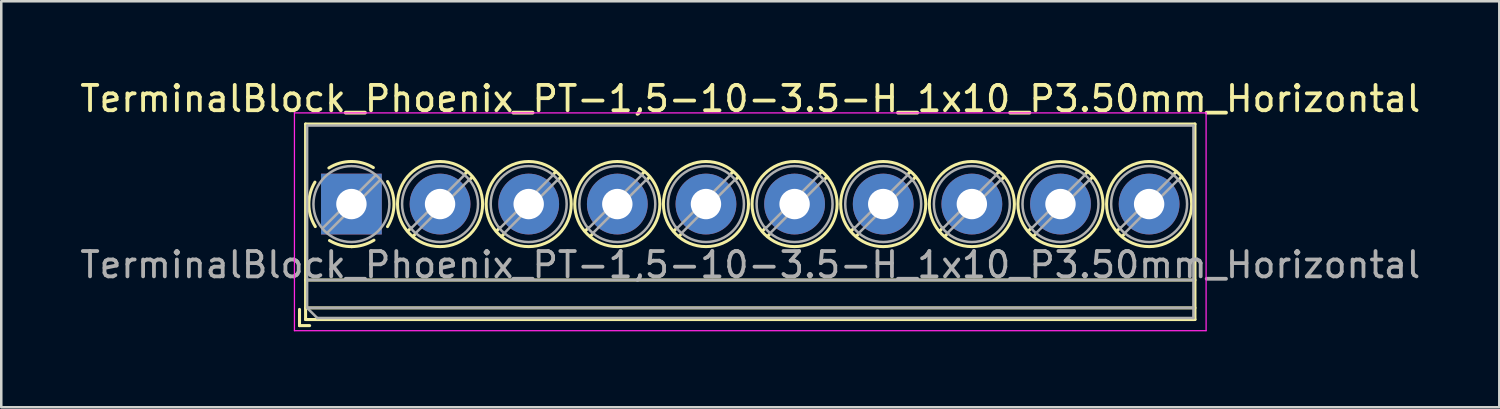
<source format=kicad_pcb>
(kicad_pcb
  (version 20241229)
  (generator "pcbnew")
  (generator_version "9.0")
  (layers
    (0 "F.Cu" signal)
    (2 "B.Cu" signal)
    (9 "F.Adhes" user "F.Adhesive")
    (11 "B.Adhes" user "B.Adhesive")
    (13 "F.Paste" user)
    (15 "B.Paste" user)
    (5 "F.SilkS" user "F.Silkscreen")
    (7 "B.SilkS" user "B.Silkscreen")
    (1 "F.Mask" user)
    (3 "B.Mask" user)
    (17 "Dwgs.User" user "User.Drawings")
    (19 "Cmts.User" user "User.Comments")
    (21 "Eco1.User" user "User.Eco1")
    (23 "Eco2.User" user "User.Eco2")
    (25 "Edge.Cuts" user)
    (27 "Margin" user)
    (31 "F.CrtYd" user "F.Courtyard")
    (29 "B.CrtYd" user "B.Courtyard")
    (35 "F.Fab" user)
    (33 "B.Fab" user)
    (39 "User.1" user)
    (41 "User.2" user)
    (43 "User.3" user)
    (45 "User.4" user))
  (footprint "TerminalBlock_Phoenix_PT-1,5-10-3.5-H_1x10_P3.50mm_Horizontal"
    (layer "F.Cu")
    (at 10.827 5.008)
    (property "Reference" "TerminalBlock_Phoenix_PT-1,5-10-3.5-H_1x10_P3.50mm_Horizontal" (at 15.75 -4.16 0) (layer "F.SilkS") (effects (font (size 1 1) (thickness 0.15))))
    (attr through_hole)
    (fp_line (start -2.05 4.16) (end -2.05 4.8) (stroke (width 0.12) (type solid)) (layer "F.SilkS"))
    (fp_line (start -2.05 4.8) (end -1.65 4.8) (stroke (width 0.12) (type solid)) (layer "F.SilkS"))
    (fp_line (start -1.81 -3.16) (end -1.81 4.56) (stroke (width 0.12) (type solid)) (layer "F.SilkS"))
    (fp_line (start -1.81 -3.16) (end 33.31 -3.16) (stroke (width 0.12) (type solid)) (layer "F.SilkS"))
    (fp_line (start -1.81 3) (end 33.31 3) (stroke (width 0.12) (type solid)) (layer "F.SilkS"))
    (fp_line (start -1.81 4.1) (end 33.31 4.1) (stroke (width 0.12) (type solid)) (layer "F.SilkS"))
    (fp_line (start -1.81 4.56) (end 33.31 4.56) (stroke (width 0.12) (type solid)) (layer "F.SilkS"))
    (fp_line (start 2.355 0.941) (end 2.226 1.069) (stroke (width 0.12) (type solid)) (layer "F.SilkS"))
    (fp_line (start 2.525 1.181) (end 2.431 1.274) (stroke (width 0.12) (type solid)) (layer "F.SilkS"))
    (fp_line (start 4.57 -1.275) (end 4.476 -1.181) (stroke (width 0.12) (type solid)) (layer "F.SilkS"))
    (fp_line (start 4.775 -1.069) (end 4.646 -0.941) (stroke (width 0.12) (type solid)) (layer "F.SilkS"))
    (fp_line (start 5.855 0.941) (end 5.726 1.069) (stroke (width 0.12) (type solid)) (layer "F.SilkS"))
    (fp_line (start 6.025 1.181) (end 5.931 1.274) (stroke (width 0.12) (type solid)) (layer "F.SilkS"))
    (fp_line (start 8.07 -1.275) (end 7.976 -1.181) (stroke (width 0.12) (type solid)) (layer "F.SilkS"))
    (fp_line (start 8.275 -1.069) (end 8.146 -0.941) (stroke (width 0.12) (type solid)) (layer "F.SilkS"))
    (fp_line (start 9.355 0.941) (end 9.226 1.069) (stroke (width 0.12) (type solid)) (layer "F.SilkS"))
    (fp_line (start 9.525 1.181) (end 9.431 1.274) (stroke (width 0.12) (type solid)) (layer "F.SilkS"))
    (fp_line (start 11.57 -1.275) (end 11.476 -1.181) (stroke (width 0.12) (type solid)) (layer "F.SilkS"))
    (fp_line (start 11.775 -1.069) (end 11.646 -0.941) (stroke (width 0.12) (type solid)) (layer "F.SilkS"))
    (fp_line (start 12.855 0.941) (end 12.726 1.069) (stroke (width 0.12) (type solid)) (layer "F.SilkS"))
    (fp_line (start 13.025 1.181) (end 12.931 1.274) (stroke (width 0.12) (type solid)) (layer "F.SilkS"))
    (fp_line (start 15.07 -1.275) (end 14.976 -1.181) (stroke (width 0.12) (type solid)) (layer "F.SilkS"))
    (fp_line (start 15.275 -1.069) (end 15.146 -0.941) (stroke (width 0.12) (type solid)) (layer "F.SilkS"))
    (fp_line (start 16.355 0.941) (end 16.226 1.069) (stroke (width 0.12) (type solid)) (layer "F.SilkS"))
    (fp_line (start 16.525 1.181) (end 16.431 1.274) (stroke (width 0.12) (type solid)) (layer "F.SilkS"))
    (fp_line (start 18.57 -1.275) (end 18.476 -1.181) (stroke (width 0.12) (type solid)) (layer "F.SilkS"))
    (fp_line (start 18.775 -1.069) (end 18.646 -0.941) (stroke (width 0.12) (type solid)) (layer "F.SilkS"))
    (fp_line (start 19.855 0.941) (end 19.726 1.069) (stroke (width 0.12) (type solid)) (layer "F.SilkS"))
    (fp_line (start 20.025 1.181) (end 19.931 1.274) (stroke (width 0.12) (type solid)) (layer "F.SilkS"))
    (fp_line (start 22.07 -1.275) (end 21.976 -1.181) (stroke (width 0.12) (type solid)) (layer "F.SilkS"))
    (fp_line (start 22.275 -1.069) (end 22.146 -0.941) (stroke (width 0.12) (type solid)) (layer "F.SilkS"))
    (fp_line (start 23.355 0.941) (end 23.226 1.069) (stroke (width 0.12) (type solid)) (layer "F.SilkS"))
    (fp_line (start 23.525 1.181) (end 23.431 1.274) (stroke (width 0.12) (type solid)) (layer "F.SilkS"))
    (fp_line (start 25.57 -1.275) (end 25.476 -1.181) (stroke (width 0.12) (type solid)) (layer "F.SilkS"))
    (fp_line (start 25.775 -1.069) (end 25.646 -0.941) (stroke (width 0.12) (type solid)) (layer "F.SilkS"))
    (fp_line (start 26.855 0.941) (end 26.726 1.069) (stroke (width 0.12) (type solid)) (layer "F.SilkS"))
    (fp_line (start 27.025 1.181) (end 26.931 1.274) (stroke (width 0.12) (type solid)) (layer "F.SilkS"))
    (fp_line (start 29.07 -1.275) (end 28.976 -1.181) (stroke (width 0.12) (type solid)) (layer "F.SilkS"))
    (fp_line (start 29.275 -1.069) (end 29.146 -0.941) (stroke (width 0.12) (type solid)) (layer "F.SilkS"))
    (fp_line (start 30.355 0.941) (end 30.226 1.069) (stroke (width 0.12) (type solid)) (layer "F.SilkS"))
    (fp_line (start 30.525 1.181) (end 30.431 1.274) (stroke (width 0.12) (type solid)) (layer "F.SilkS"))
    (fp_line (start 32.57 -1.275) (end 32.476 -1.181) (stroke (width 0.12) (type solid)) (layer "F.SilkS"))
    (fp_line (start 32.775 -1.069) (end 32.646 -0.941) (stroke (width 0.12) (type solid)) (layer "F.SilkS"))
    (fp_line (start 33.31 -3.16) (end 33.31 4.56) (stroke (width 0.12) (type solid)) (layer "F.SilkS"))
    (fp_arc (start -1.425358 0.889894) (mid -1.680286 0.014012) (end -1.44 -0.866) (stroke (width 0.12) (type solid)) (layer "F.SilkS"))
    (fp_arc (start -0.889894 -1.425358) (mid -0.014012 -1.680286) (end 0.866 -1.44) (stroke (width 0.12) (type solid)) (layer "F.SilkS"))
    (fp_arc (start 0.028674 1.680099) (mid -0.435535 1.622918) (end -0.866 1.44) (stroke (width 0.12) (type solid)) (layer "F.SilkS"))
    (fp_arc (start 0.890264 1.424721) (mid 0.463071 1.61492) (end 0 1.68) (stroke (width 0.12) (type solid)) (layer "F.SilkS"))
    (fp_arc (start 1.425504 -0.890193) (mid 1.680626 0.000476) (end 1.425 0.891) (stroke (width 0.12) (type solid)) (layer "F.SilkS"))
    (fp_circle (center 3.5 0) (end 5.18 0) (stroke (width 0.12) (type solid)) (fill no) (layer "F.SilkS"))
    (fp_circle (center 7 0) (end 8.68 0) (stroke (width 0.12) (type solid)) (fill no) (layer "F.SilkS"))
    (fp_circle (center 10.5 0) (end 12.18 0) (stroke (width 0.12) (type solid)) (fill no) (layer "F.SilkS"))
    (fp_circle (center 14 0) (end 15.68 0) (stroke (width 0.12) (type solid)) (fill no) (layer "F.SilkS"))
    (fp_circle (center 17.5 0) (end 19.18 0) (stroke (width 0.12) (type solid)) (fill no) (layer "F.SilkS"))
    (fp_circle (center 21 0) (end 22.68 0) (stroke (width 0.12) (type solid)) (fill no) (layer "F.SilkS"))
    (fp_circle (center 24.5 0) (end 26.18 0) (stroke (width 0.12) (type solid)) (fill no) (layer "F.SilkS"))
    (fp_circle (center 28 0) (end 29.68 0) (stroke (width 0.12) (type solid)) (fill no) (layer "F.SilkS"))
    (fp_circle (center 31.5 0) (end 33.18 0) (stroke (width 0.12) (type solid)) (fill no) (layer "F.SilkS"))
    (fp_line (start -2.25 -3.6) (end -2.25 5) (stroke (width 0.05) (type solid)) (layer "F.CrtYd"))
    (fp_line (start -2.25 5) (end 33.75 5) (stroke (width 0.05) (type solid)) (layer "F.CrtYd"))
    (fp_line (start 33.75 -3.6) (end -2.25 -3.6) (stroke (width 0.05) (type solid)) (layer "F.CrtYd"))
    (fp_line (start 33.75 5) (end 33.75 -3.6) (stroke (width 0.05) (type solid)) (layer "F.CrtYd"))
    (fp_line (start -1.75 -3.1) (end 33.25 -3.1) (stroke (width 0.1) (type solid)) (layer "F.Fab"))
    (fp_line (start -1.75 3) (end 33.25 3) (stroke (width 0.1) (type solid)) (layer "F.Fab"))
    (fp_line (start -1.75 4.1) (end -1.75 -3.1) (stroke (width 0.1) (type solid)) (layer "F.Fab"))
    (fp_line (start -1.75 4.1) (end 33.25 4.1) (stroke (width 0.1) (type solid)) (layer "F.Fab"))
    (fp_line (start -1.35 4.5) (end -1.75 4.1) (stroke (width 0.1) (type solid)) (layer "F.Fab"))
    (fp_line (start 0.955 -1.138) (end -1.138 0.955) (stroke (width 0.1) (type solid)) (layer "F.Fab"))
    (fp_line (start 1.138 -0.955) (end -0.955 1.138) (stroke (width 0.1) (type solid)) (layer "F.Fab"))
    (fp_line (start 4.455 -1.138) (end 2.363 0.955) (stroke (width 0.1) (type solid)) (layer "F.Fab"))
    (fp_line (start 4.638 -0.955) (end 2.546 1.138) (stroke (width 0.1) (type solid)) (layer "F.Fab"))
    (fp_line (start 7.955 -1.138) (end 5.863 0.955) (stroke (width 0.1) (type solid)) (layer "F.Fab"))
    (fp_line (start 8.138 -0.955) (end 6.046 1.138) (stroke (width 0.1) (type solid)) (layer "F.Fab"))
    (fp_line (start 11.455 -1.138) (end 9.363 0.955) (stroke (width 0.1) (type solid)) (layer "F.Fab"))
    (fp_line (start 11.638 -0.955) (end 9.546 1.138) (stroke (width 0.1) (type solid)) (layer "F.Fab"))
    (fp_line (start 14.955 -1.138) (end 12.863 0.955) (stroke (width 0.1) (type solid)) (layer "F.Fab"))
    (fp_line (start 15.138 -0.955) (end 13.046 1.138) (stroke (width 0.1) (type solid)) (layer "F.Fab"))
    (fp_line (start 18.455 -1.138) (end 16.363 0.955) (stroke (width 0.1) (type solid)) (layer "F.Fab"))
    (fp_line (start 18.638 -0.955) (end 16.546 1.138) (stroke (width 0.1) (type solid)) (layer "F.Fab"))
    (fp_line (start 21.955 -1.138) (end 19.863 0.955) (stroke (width 0.1) (type solid)) (layer "F.Fab"))
    (fp_line (start 22.138 -0.955) (end 20.046 1.138) (stroke (width 0.1) (type solid)) (layer "F.Fab"))
    (fp_line (start 25.455 -1.138) (end 23.363 0.955) (stroke (width 0.1) (type solid)) (layer "F.Fab"))
    (fp_line (start 25.638 -0.955) (end 23.546 1.138) (stroke (width 0.1) (type solid)) (layer "F.Fab"))
    (fp_line (start 28.955 -1.138) (end 26.863 0.955) (stroke (width 0.1) (type solid)) (layer "F.Fab"))
    (fp_line (start 29.138 -0.955) (end 27.046 1.138) (stroke (width 0.1) (type solid)) (layer "F.Fab"))
    (fp_line (start 32.455 -1.138) (end 30.363 0.955) (stroke (width 0.1) (type solid)) (layer "F.Fab"))
    (fp_line (start 32.638 -0.955) (end 30.546 1.138) (stroke (width 0.1) (type solid)) (layer "F.Fab"))
    (fp_line (start 33.25 -3.1) (end 33.25 4.5) (stroke (width 0.1) (type solid)) (layer "F.Fab"))
    (fp_line (start 33.25 4.5) (end -1.35 4.5) (stroke (width 0.1) (type solid)) (layer "F.Fab"))
    (fp_circle (center 0 0) (end 1.5 0) (stroke (width 0.1) (type solid)) (fill no) (layer "F.Fab"))
    (fp_circle (center 3.5 0) (end 5 0) (stroke (width 0.1) (type solid)) (fill no) (layer "F.Fab"))
    (fp_circle (center 7 0) (end 8.5 0) (stroke (width 0.1) (type solid)) (fill no) (layer "F.Fab"))
    (fp_circle (center 10.5 0) (end 12 0) (stroke (width 0.1) (type solid)) (fill no) (layer "F.Fab"))
    (fp_circle (center 14 0) (end 15.5 0) (stroke (width 0.1) (type solid)) (fill no) (layer "F.Fab"))
    (fp_circle (center 17.5 0) (end 19 0) (stroke (width 0.1) (type solid)) (fill no) (layer "F.Fab"))
    (fp_circle (center 21 0) (end 22.5 0) (stroke (width 0.1) (type solid)) (fill no) (layer "F.Fab"))
    (fp_circle (center 24.5 0) (end 26 0) (stroke (width 0.1) (type solid)) (fill no) (layer "F.Fab"))
    (fp_circle (center 28 0) (end 29.5 0) (stroke (width 0.1) (type solid)) (fill no) (layer "F.Fab"))
    (fp_circle (center 31.5 0) (end 33 0) (stroke (width 0.1) (type solid)) (fill no) (layer "F.Fab"))
    (fp_text user "${REFERENCE}" (at 15.75 2.4 0) (layer "F.Fab") (effects (font (size 1 1) (thickness 0.15))))
    (pad "1" thru_hole rect (at 0 0) (size 2.4 2.4) (drill 1.2) (layers "*.Cu" "*.Mask"))
    (pad "2" thru_hole circle (at 3.5 0) (size 2.4 2.4) (drill 1.2) (layers "*.Cu" "*.Mask"))
    (pad "3" thru_hole circle (at 7 0) (size 2.4 2.4) (drill 1.2) (layers "*.Cu" "*.Mask"))
    (pad "4" thru_hole circle (at 10.5 0) (size 2.4 2.4) (drill 1.2) (layers "*.Cu" "*.Mask"))
    (pad "5" thru_hole circle (at 14 0) (size 2.4 2.4) (drill 1.2) (layers "*.Cu" "*.Mask"))
    (pad "6" thru_hole circle (at 17.5 0) (size 2.4 2.4) (drill 1.2) (layers "*.Cu" "*.Mask"))
    (pad "7" thru_hole circle (at 21 0) (size 2.4 2.4) (drill 1.2) (layers "*.Cu" "*.Mask"))
    (pad "8" thru_hole circle (at 24.5 0) (size 2.4 2.4) (drill 1.2) (layers "*.Cu" "*.Mask"))
    (pad "9" thru_hole circle (at 28 0) (size 2.4 2.4) (drill 1.2) (layers "*.Cu" "*.Mask"))
    (pad "10" thru_hole circle (at 31.5 0) (size 2.4 2.4) (drill 1.2) (layers "*.Cu" "*.Mask")))
  (gr_rect
    (start -3 -3)
    (end 56.155 13.033)
    (stroke (width 0.1) (type default))
    (fill no)
    (layer "Edge.Cuts")))
</source>
